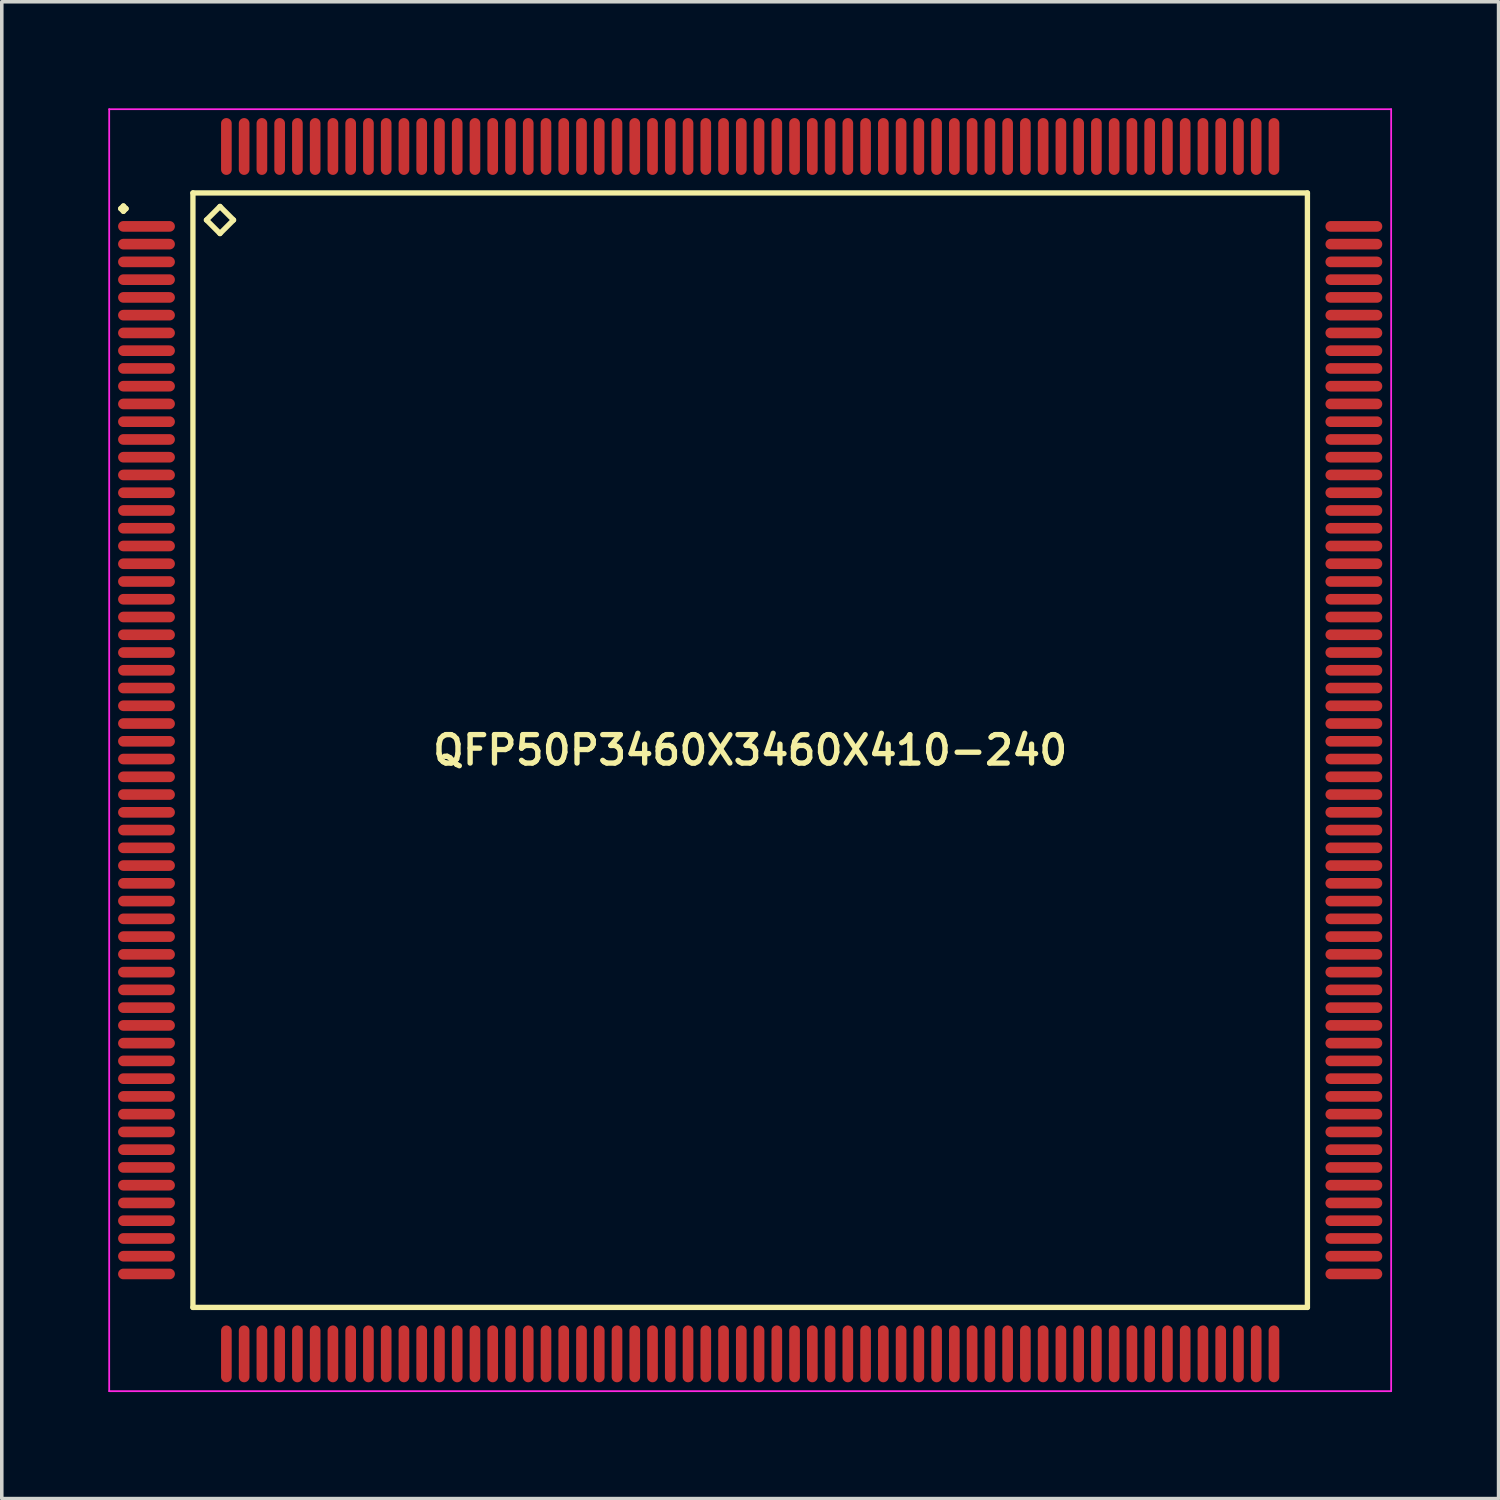
<source format=kicad_pcb>
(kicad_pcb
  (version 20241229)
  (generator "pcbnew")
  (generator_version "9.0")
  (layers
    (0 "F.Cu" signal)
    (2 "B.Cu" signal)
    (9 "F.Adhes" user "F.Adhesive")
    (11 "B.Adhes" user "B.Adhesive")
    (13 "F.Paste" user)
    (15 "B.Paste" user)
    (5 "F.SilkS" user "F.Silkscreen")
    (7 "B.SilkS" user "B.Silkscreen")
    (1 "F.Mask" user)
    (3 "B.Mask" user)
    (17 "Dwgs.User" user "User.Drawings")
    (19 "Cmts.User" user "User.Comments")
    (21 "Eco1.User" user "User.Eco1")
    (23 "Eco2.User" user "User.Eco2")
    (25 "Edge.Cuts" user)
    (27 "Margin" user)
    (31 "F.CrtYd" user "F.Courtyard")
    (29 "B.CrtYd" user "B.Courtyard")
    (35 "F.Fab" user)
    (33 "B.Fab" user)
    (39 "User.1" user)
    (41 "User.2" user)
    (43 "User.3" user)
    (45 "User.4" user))
  (footprint "QFP50P3460X3460X410-240"
    (layer "F.Cu")
    (at 18.075 18.075)
    (property "Reference" "QFP50P3460X3460X410-240" (at 0 0 0) (layer "F.SilkS") (effects (font (size 0.8 0.8) (thickness 0.15))))
    (attr smd)
    (fp_line (start -17.725 -15.25) (end -17.65 -15.325) (stroke (width 0.15) (type solid)) (layer "F.SilkS"))
    (fp_line (start -17.65 -15.325) (end -17.575 -15.25) (stroke (width 0.15) (type solid)) (layer "F.SilkS"))
    (fp_line (start -17.65 -15.175) (end -17.725 -15.25) (stroke (width 0.15) (type solid)) (layer "F.SilkS"))
    (fp_line (start -17.575 -15.25) (end -17.65 -15.175) (stroke (width 0.15) (type solid)) (layer "F.SilkS"))
    (fp_line (start -15.692 -15.692) (end -15.692 15.692) (stroke (width 0.15) (type solid)) (layer "F.SilkS"))
    (fp_line (start -15.692 15.692) (end 15.692 15.692) (stroke (width 0.15) (type solid)) (layer "F.SilkS"))
    (fp_line (start -15.311 -14.93) (end -14.93 -15.311) (stroke (width 0.15) (type solid)) (layer "F.SilkS"))
    (fp_line (start -14.93 -15.311) (end -14.549 -14.93) (stroke (width 0.15) (type solid)) (layer "F.SilkS"))
    (fp_line (start -14.93 -14.549) (end -15.311 -14.93) (stroke (width 0.15) (type solid)) (layer "F.SilkS"))
    (fp_line (start -14.549 -14.93) (end -14.93 -14.549) (stroke (width 0.15) (type solid)) (layer "F.SilkS"))
    (fp_line (start 15.692 -15.692) (end -15.692 -15.692) (stroke (width 0.15) (type solid)) (layer "F.SilkS"))
    (fp_line (start 15.692 15.692) (end 15.692 -15.692) (stroke (width 0.15) (type solid)) (layer "F.SilkS"))
    (fp_line (start -18.05 -18.05) (end 18.05 -18.05) (stroke (width 0.05) (type solid)) (layer "F.CrtYd"))
    (fp_line (start -18.05 18.05) (end -18.05 -18.05) (stroke (width 0.05) (type solid)) (layer "F.CrtYd"))
    (fp_line (start 18.05 -18.05) (end 18.05 18.05) (stroke (width 0.05) (type solid)) (layer "F.CrtYd"))
    (fp_line (start 18.05 18.05) (end -18.05 18.05) (stroke (width 0.05) (type solid)) (layer "F.CrtYd"))
    (pad "1" smd oval (at -17 -14.75) (size 1.6 0.3) (layers "F.Cu" "F.Mask" "F.Paste"))
    (pad "2" smd oval (at -17 -14.25) (size 1.6 0.3) (layers "F.Cu" "F.Mask" "F.Paste"))
    (pad "3" smd oval (at -17 -13.75) (size 1.6 0.3) (layers "F.Cu" "F.Mask" "F.Paste"))
    (pad "4" smd oval (at -17 -13.25) (size 1.6 0.3) (layers "F.Cu" "F.Mask" "F.Paste"))
    (pad "5" smd oval (at -17 -12.75) (size 1.6 0.3) (layers "F.Cu" "F.Mask" "F.Paste"))
    (pad "6" smd oval (at -17 -12.25) (size 1.6 0.3) (layers "F.Cu" "F.Mask" "F.Paste"))
    (pad "7" smd oval (at -17 -11.75) (size 1.6 0.3) (layers "F.Cu" "F.Mask" "F.Paste"))
    (pad "8" smd oval (at -17 -11.25) (size 1.6 0.3) (layers "F.Cu" "F.Mask" "F.Paste"))
    (pad "9" smd oval (at -17 -10.75) (size 1.6 0.3) (layers "F.Cu" "F.Mask" "F.Paste"))
    (pad "10" smd oval (at -17 -10.25) (size 1.6 0.3) (layers "F.Cu" "F.Mask" "F.Paste"))
    (pad "11" smd oval (at -17 -9.75) (size 1.6 0.3) (layers "F.Cu" "F.Mask" "F.Paste"))
    (pad "12" smd oval (at -17 -9.25) (size 1.6 0.3) (layers "F.Cu" "F.Mask" "F.Paste"))
    (pad "13" smd oval (at -17 -8.75) (size 1.6 0.3) (layers "F.Cu" "F.Mask" "F.Paste"))
    (pad "14" smd oval (at -17 -8.25) (size 1.6 0.3) (layers "F.Cu" "F.Mask" "F.Paste"))
    (pad "15" smd oval (at -17 -7.75) (size 1.6 0.3) (layers "F.Cu" "F.Mask" "F.Paste"))
    (pad "16" smd oval (at -17 -7.25) (size 1.6 0.3) (layers "F.Cu" "F.Mask" "F.Paste"))
    (pad "17" smd oval (at -17 -6.75) (size 1.6 0.3) (layers "F.Cu" "F.Mask" "F.Paste"))
    (pad "18" smd oval (at -17 -6.25) (size 1.6 0.3) (layers "F.Cu" "F.Mask" "F.Paste"))
    (pad "19" smd oval (at -17 -5.75) (size 1.6 0.3) (layers "F.Cu" "F.Mask" "F.Paste"))
    (pad "20" smd oval (at -17 -5.25) (size 1.6 0.3) (layers "F.Cu" "F.Mask" "F.Paste"))
    (pad "21" smd oval (at -17 -4.75) (size 1.6 0.3) (layers "F.Cu" "F.Mask" "F.Paste"))
    (pad "22" smd oval (at -17 -4.25) (size 1.6 0.3) (layers "F.Cu" "F.Mask" "F.Paste"))
    (pad "23" smd oval (at -17 -3.75) (size 1.6 0.3) (layers "F.Cu" "F.Mask" "F.Paste"))
    (pad "24" smd oval (at -17 -3.25) (size 1.6 0.3) (layers "F.Cu" "F.Mask" "F.Paste"))
    (pad "25" smd oval (at -17 -2.75) (size 1.6 0.3) (layers "F.Cu" "F.Mask" "F.Paste"))
    (pad "26" smd oval (at -17 -2.25) (size 1.6 0.3) (layers "F.Cu" "F.Mask" "F.Paste"))
    (pad "27" smd oval (at -17 -1.75) (size 1.6 0.3) (layers "F.Cu" "F.Mask" "F.Paste"))
    (pad "28" smd oval (at -17 -1.25) (size 1.6 0.3) (layers "F.Cu" "F.Mask" "F.Paste"))
    (pad "29" smd oval (at -17 -0.75) (size 1.6 0.3) (layers "F.Cu" "F.Mask" "F.Paste"))
    (pad "30" smd oval (at -17 -0.25) (size 1.6 0.3) (layers "F.Cu" "F.Mask" "F.Paste"))
    (pad "31" smd oval (at -17 0.25) (size 1.6 0.3) (layers "F.Cu" "F.Mask" "F.Paste"))
    (pad "32" smd oval (at -17 0.75) (size 1.6 0.3) (layers "F.Cu" "F.Mask" "F.Paste"))
    (pad "33" smd oval (at -17 1.25) (size 1.6 0.3) (layers "F.Cu" "F.Mask" "F.Paste"))
    (pad "34" smd oval (at -17 1.75) (size 1.6 0.3) (layers "F.Cu" "F.Mask" "F.Paste"))
    (pad "35" smd oval (at -17 2.25) (size 1.6 0.3) (layers "F.Cu" "F.Mask" "F.Paste"))
    (pad "36" smd oval (at -17 2.75) (size 1.6 0.3) (layers "F.Cu" "F.Mask" "F.Paste"))
    (pad "37" smd oval (at -17 3.25) (size 1.6 0.3) (layers "F.Cu" "F.Mask" "F.Paste"))
    (pad "38" smd oval (at -17 3.75) (size 1.6 0.3) (layers "F.Cu" "F.Mask" "F.Paste"))
    (pad "39" smd oval (at -17 4.25) (size 1.6 0.3) (layers "F.Cu" "F.Mask" "F.Paste"))
    (pad "40" smd oval (at -17 4.75) (size 1.6 0.3) (layers "F.Cu" "F.Mask" "F.Paste"))
    (pad "41" smd oval (at -17 5.25) (size 1.6 0.3) (layers "F.Cu" "F.Mask" "F.Paste"))
    (pad "42" smd oval (at -17 5.75) (size 1.6 0.3) (layers "F.Cu" "F.Mask" "F.Paste"))
    (pad "43" smd oval (at -17 6.25) (size 1.6 0.3) (layers "F.Cu" "F.Mask" "F.Paste"))
    (pad "44" smd oval (at -17 6.75) (size 1.6 0.3) (layers "F.Cu" "F.Mask" "F.Paste"))
    (pad "45" smd oval (at -17 7.25) (size 1.6 0.3) (layers "F.Cu" "F.Mask" "F.Paste"))
    (pad "46" smd oval (at -17 7.75) (size 1.6 0.3) (layers "F.Cu" "F.Mask" "F.Paste"))
    (pad "47" smd oval (at -17 8.25) (size 1.6 0.3) (layers "F.Cu" "F.Mask" "F.Paste"))
    (pad "48" smd oval (at -17 8.75) (size 1.6 0.3) (layers "F.Cu" "F.Mask" "F.Paste"))
    (pad "49" smd oval (at -17 9.25) (size 1.6 0.3) (layers "F.Cu" "F.Mask" "F.Paste"))
    (pad "50" smd oval (at -17 9.75) (size 1.6 0.3) (layers "F.Cu" "F.Mask" "F.Paste"))
    (pad "51" smd oval (at -17 10.25) (size 1.6 0.3) (layers "F.Cu" "F.Mask" "F.Paste"))
    (pad "52" smd oval (at -17 10.75) (size 1.6 0.3) (layers "F.Cu" "F.Mask" "F.Paste"))
    (pad "53" smd oval (at -17 11.25) (size 1.6 0.3) (layers "F.Cu" "F.Mask" "F.Paste"))
    (pad "54" smd oval (at -17 11.75) (size 1.6 0.3) (layers "F.Cu" "F.Mask" "F.Paste"))
    (pad "55" smd oval (at -17 12.25) (size 1.6 0.3) (layers "F.Cu" "F.Mask" "F.Paste"))
    (pad "56" smd oval (at -17 12.75) (size 1.6 0.3) (layers "F.Cu" "F.Mask" "F.Paste"))
    (pad "57" smd oval (at -17 13.25) (size 1.6 0.3) (layers "F.Cu" "F.Mask" "F.Paste"))
    (pad "58" smd oval (at -17 13.75) (size 1.6 0.3) (layers "F.Cu" "F.Mask" "F.Paste"))
    (pad "59" smd oval (at -17 14.25) (size 1.6 0.3) (layers "F.Cu" "F.Mask" "F.Paste"))
    (pad "60" smd oval (at -17 14.75) (size 1.6 0.3) (layers "F.Cu" "F.Mask" "F.Paste"))
    (pad "61" smd oval (at -14.75 17) (size 0.3 1.6) (layers "F.Cu" "F.Mask" "F.Paste"))
    (pad "62" smd oval (at -14.25 17) (size 0.3 1.6) (layers "F.Cu" "F.Mask" "F.Paste"))
    (pad "63" smd oval (at -13.75 17) (size 0.3 1.6) (layers "F.Cu" "F.Mask" "F.Paste"))
    (pad "64" smd oval (at -13.25 17) (size 0.3 1.6) (layers "F.Cu" "F.Mask" "F.Paste"))
    (pad "65" smd oval (at -12.75 17) (size 0.3 1.6) (layers "F.Cu" "F.Mask" "F.Paste"))
    (pad "66" smd oval (at -12.25 17) (size 0.3 1.6) (layers "F.Cu" "F.Mask" "F.Paste"))
    (pad "67" smd oval (at -11.75 17) (size 0.3 1.6) (layers "F.Cu" "F.Mask" "F.Paste"))
    (pad "68" smd oval (at -11.25 17) (size 0.3 1.6) (layers "F.Cu" "F.Mask" "F.Paste"))
    (pad "69" smd oval (at -10.75 17) (size 0.3 1.6) (layers "F.Cu" "F.Mask" "F.Paste"))
    (pad "70" smd oval (at -10.25 17) (size 0.3 1.6) (layers "F.Cu" "F.Mask" "F.Paste"))
    (pad "71" smd oval (at -9.75 17) (size 0.3 1.6) (layers "F.Cu" "F.Mask" "F.Paste"))
    (pad "72" smd oval (at -9.25 17) (size 0.3 1.6) (layers "F.Cu" "F.Mask" "F.Paste"))
    (pad "73" smd oval (at -8.75 17) (size 0.3 1.6) (layers "F.Cu" "F.Mask" "F.Paste"))
    (pad "74" smd oval (at -8.25 17) (size 0.3 1.6) (layers "F.Cu" "F.Mask" "F.Paste"))
    (pad "75" smd oval (at -7.75 17) (size 0.3 1.6) (layers "F.Cu" "F.Mask" "F.Paste"))
    (pad "76" smd oval (at -7.25 17) (size 0.3 1.6) (layers "F.Cu" "F.Mask" "F.Paste"))
    (pad "77" smd oval (at -6.75 17) (size 0.3 1.6) (layers "F.Cu" "F.Mask" "F.Paste"))
    (pad "78" smd oval (at -6.25 17) (size 0.3 1.6) (layers "F.Cu" "F.Mask" "F.Paste"))
    (pad "79" smd oval (at -5.75 17) (size 0.3 1.6) (layers "F.Cu" "F.Mask" "F.Paste"))
    (pad "80" smd oval (at -5.25 17) (size 0.3 1.6) (layers "F.Cu" "F.Mask" "F.Paste"))
    (pad "81" smd oval (at -4.75 17) (size 0.3 1.6) (layers "F.Cu" "F.Mask" "F.Paste"))
    (pad "82" smd oval (at -4.25 17) (size 0.3 1.6) (layers "F.Cu" "F.Mask" "F.Paste"))
    (pad "83" smd oval (at -3.75 17) (size 0.3 1.6) (layers "F.Cu" "F.Mask" "F.Paste"))
    (pad "84" smd oval (at -3.25 17) (size 0.3 1.6) (layers "F.Cu" "F.Mask" "F.Paste"))
    (pad "85" smd oval (at -2.75 17) (size 0.3 1.6) (layers "F.Cu" "F.Mask" "F.Paste"))
    (pad "86" smd oval (at -2.25 17) (size 0.3 1.6) (layers "F.Cu" "F.Mask" "F.Paste"))
    (pad "87" smd oval (at -1.75 17) (size 0.3 1.6) (layers "F.Cu" "F.Mask" "F.Paste"))
    (pad "88" smd oval (at -1.25 17) (size 0.3 1.6) (layers "F.Cu" "F.Mask" "F.Paste"))
    (pad "89" smd oval (at -0.75 17) (size 0.3 1.6) (layers "F.Cu" "F.Mask" "F.Paste"))
    (pad "90" smd oval (at -0.25 17) (size 0.3 1.6) (layers "F.Cu" "F.Mask" "F.Paste"))
    (pad "91" smd oval (at 0.25 17) (size 0.3 1.6) (layers "F.Cu" "F.Mask" "F.Paste"))
    (pad "92" smd oval (at 0.75 17) (size 0.3 1.6) (layers "F.Cu" "F.Mask" "F.Paste"))
    (pad "93" smd oval (at 1.25 17) (size 0.3 1.6) (layers "F.Cu" "F.Mask" "F.Paste"))
    (pad "94" smd oval (at 1.75 17) (size 0.3 1.6) (layers "F.Cu" "F.Mask" "F.Paste"))
    (pad "95" smd oval (at 2.25 17) (size 0.3 1.6) (layers "F.Cu" "F.Mask" "F.Paste"))
    (pad "96" smd oval (at 2.75 17) (size 0.3 1.6) (layers "F.Cu" "F.Mask" "F.Paste"))
    (pad "97" smd oval (at 3.25 17) (size 0.3 1.6) (layers "F.Cu" "F.Mask" "F.Paste"))
    (pad "98" smd oval (at 3.75 17) (size 0.3 1.6) (layers "F.Cu" "F.Mask" "F.Paste"))
    (pad "99" smd oval (at 4.25 17) (size 0.3 1.6) (layers "F.Cu" "F.Mask" "F.Paste"))
    (pad "100" smd oval (at 4.75 17) (size 0.3 1.6) (layers "F.Cu" "F.Mask" "F.Paste"))
    (pad "101" smd oval (at 5.25 17) (size 0.3 1.6) (layers "F.Cu" "F.Mask" "F.Paste"))
    (pad "102" smd oval (at 5.75 17) (size 0.3 1.6) (layers "F.Cu" "F.Mask" "F.Paste"))
    (pad "103" smd oval (at 6.25 17) (size 0.3 1.6) (layers "F.Cu" "F.Mask" "F.Paste"))
    (pad "104" smd oval (at 6.75 17) (size 0.3 1.6) (layers "F.Cu" "F.Mask" "F.Paste"))
    (pad "105" smd oval (at 7.25 17) (size 0.3 1.6) (layers "F.Cu" "F.Mask" "F.Paste"))
    (pad "106" smd oval (at 7.75 17) (size 0.3 1.6) (layers "F.Cu" "F.Mask" "F.Paste"))
    (pad "107" smd oval (at 8.25 17) (size 0.3 1.6) (layers "F.Cu" "F.Mask" "F.Paste"))
    (pad "108" smd oval (at 8.75 17) (size 0.3 1.6) (layers "F.Cu" "F.Mask" "F.Paste"))
    (pad "109" smd oval (at 9.25 17) (size 0.3 1.6) (layers "F.Cu" "F.Mask" "F.Paste"))
    (pad "110" smd oval (at 9.75 17) (size 0.3 1.6) (layers "F.Cu" "F.Mask" "F.Paste"))
    (pad "111" smd oval (at 10.25 17) (size 0.3 1.6) (layers "F.Cu" "F.Mask" "F.Paste"))
    (pad "112" smd oval (at 10.75 17) (size 0.3 1.6) (layers "F.Cu" "F.Mask" "F.Paste"))
    (pad "113" smd oval (at 11.25 17) (size 0.3 1.6) (layers "F.Cu" "F.Mask" "F.Paste"))
    (pad "114" smd oval (at 11.75 17) (size 0.3 1.6) (layers "F.Cu" "F.Mask" "F.Paste"))
    (pad "115" smd oval (at 12.25 17) (size 0.3 1.6) (layers "F.Cu" "F.Mask" "F.Paste"))
    (pad "116" smd oval (at 12.75 17) (size 0.3 1.6) (layers "F.Cu" "F.Mask" "F.Paste"))
    (pad "117" smd oval (at 13.25 17) (size 0.3 1.6) (layers "F.Cu" "F.Mask" "F.Paste"))
    (pad "118" smd oval (at 13.75 17) (size 0.3 1.6) (layers "F.Cu" "F.Mask" "F.Paste"))
    (pad "119" smd oval (at 14.25 17) (size 0.3 1.6) (layers "F.Cu" "F.Mask" "F.Paste"))
    (pad "120" smd oval (at 14.75 17) (size 0.3 1.6) (layers "F.Cu" "F.Mask" "F.Paste"))
    (pad "121" smd oval (at 17 14.75) (size 1.6 0.3) (layers "F.Cu" "F.Mask" "F.Paste"))
    (pad "122" smd oval (at 17 14.25) (size 1.6 0.3) (layers "F.Cu" "F.Mask" "F.Paste"))
    (pad "123" smd oval (at 17 13.75) (size 1.6 0.3) (layers "F.Cu" "F.Mask" "F.Paste"))
    (pad "124" smd oval (at 17 13.25) (size 1.6 0.3) (layers "F.Cu" "F.Mask" "F.Paste"))
    (pad "125" smd oval (at 17 12.75) (size 1.6 0.3) (layers "F.Cu" "F.Mask" "F.Paste"))
    (pad "126" smd oval (at 17 12.25) (size 1.6 0.3) (layers "F.Cu" "F.Mask" "F.Paste"))
    (pad "127" smd oval (at 17 11.75) (size 1.6 0.3) (layers "F.Cu" "F.Mask" "F.Paste"))
    (pad "128" smd oval (at 17 11.25) (size 1.6 0.3) (layers "F.Cu" "F.Mask" "F.Paste"))
    (pad "129" smd oval (at 17 10.75) (size 1.6 0.3) (layers "F.Cu" "F.Mask" "F.Paste"))
    (pad "130" smd oval (at 17 10.25) (size 1.6 0.3) (layers "F.Cu" "F.Mask" "F.Paste"))
    (pad "131" smd oval (at 17 9.75) (size 1.6 0.3) (layers "F.Cu" "F.Mask" "F.Paste"))
    (pad "132" smd oval (at 17 9.25) (size 1.6 0.3) (layers "F.Cu" "F.Mask" "F.Paste"))
    (pad "133" smd oval (at 17 8.75) (size 1.6 0.3) (layers "F.Cu" "F.Mask" "F.Paste"))
    (pad "134" smd oval (at 17 8.25) (size 1.6 0.3) (layers "F.Cu" "F.Mask" "F.Paste"))
    (pad "135" smd oval (at 17 7.75) (size 1.6 0.3) (layers "F.Cu" "F.Mask" "F.Paste"))
    (pad "136" smd oval (at 17 7.25) (size 1.6 0.3) (layers "F.Cu" "F.Mask" "F.Paste"))
    (pad "137" smd oval (at 17 6.75) (size 1.6 0.3) (layers "F.Cu" "F.Mask" "F.Paste"))
    (pad "138" smd oval (at 17 6.25) (size 1.6 0.3) (layers "F.Cu" "F.Mask" "F.Paste"))
    (pad "139" smd oval (at 17 5.75) (size 1.6 0.3) (layers "F.Cu" "F.Mask" "F.Paste"))
    (pad "140" smd oval (at 17 5.25) (size 1.6 0.3) (layers "F.Cu" "F.Mask" "F.Paste"))
    (pad "141" smd oval (at 17 4.75) (size 1.6 0.3) (layers "F.Cu" "F.Mask" "F.Paste"))
    (pad "142" smd oval (at 17 4.25) (size 1.6 0.3) (layers "F.Cu" "F.Mask" "F.Paste"))
    (pad "143" smd oval (at 17 3.75) (size 1.6 0.3) (layers "F.Cu" "F.Mask" "F.Paste"))
    (pad "144" smd oval (at 17 3.25) (size 1.6 0.3) (layers "F.Cu" "F.Mask" "F.Paste"))
    (pad "145" smd oval (at 17 2.75) (size 1.6 0.3) (layers "F.Cu" "F.Mask" "F.Paste"))
    (pad "146" smd oval (at 17 2.25) (size 1.6 0.3) (layers "F.Cu" "F.Mask" "F.Paste"))
    (pad "147" smd oval (at 17 1.75) (size 1.6 0.3) (layers "F.Cu" "F.Mask" "F.Paste"))
    (pad "148" smd oval (at 17 1.25) (size 1.6 0.3) (layers "F.Cu" "F.Mask" "F.Paste"))
    (pad "149" smd oval (at 17 0.75) (size 1.6 0.3) (layers "F.Cu" "F.Mask" "F.Paste"))
    (pad "150" smd oval (at 17 0.25) (size 1.6 0.3) (layers "F.Cu" "F.Mask" "F.Paste"))
    (pad "151" smd oval (at 17 -0.25) (size 1.6 0.3) (layers "F.Cu" "F.Mask" "F.Paste"))
    (pad "152" smd oval (at 17 -0.75) (size 1.6 0.3) (layers "F.Cu" "F.Mask" "F.Paste"))
    (pad "153" smd oval (at 17 -1.25) (size 1.6 0.3) (layers "F.Cu" "F.Mask" "F.Paste"))
    (pad "154" smd oval (at 17 -1.75) (size 1.6 0.3) (layers "F.Cu" "F.Mask" "F.Paste"))
    (pad "155" smd oval (at 17 -2.25) (size 1.6 0.3) (layers "F.Cu" "F.Mask" "F.Paste"))
    (pad "156" smd oval (at 17 -2.75) (size 1.6 0.3) (layers "F.Cu" "F.Mask" "F.Paste"))
    (pad "157" smd oval (at 17 -3.25) (size 1.6 0.3) (layers "F.Cu" "F.Mask" "F.Paste"))
    (pad "158" smd oval (at 17 -3.75) (size 1.6 0.3) (layers "F.Cu" "F.Mask" "F.Paste"))
    (pad "159" smd oval (at 17 -4.25) (size 1.6 0.3) (layers "F.Cu" "F.Mask" "F.Paste"))
    (pad "160" smd oval (at 17 -4.75) (size 1.6 0.3) (layers "F.Cu" "F.Mask" "F.Paste"))
    (pad "161" smd oval (at 17 -5.25) (size 1.6 0.3) (layers "F.Cu" "F.Mask" "F.Paste"))
    (pad "162" smd oval (at 17 -5.75) (size 1.6 0.3) (layers "F.Cu" "F.Mask" "F.Paste"))
    (pad "163" smd oval (at 17 -6.25) (size 1.6 0.3) (layers "F.Cu" "F.Mask" "F.Paste"))
    (pad "164" smd oval (at 17 -6.75) (size 1.6 0.3) (layers "F.Cu" "F.Mask" "F.Paste"))
    (pad "165" smd oval (at 17 -7.25) (size 1.6 0.3) (layers "F.Cu" "F.Mask" "F.Paste"))
    (pad "166" smd oval (at 17 -7.75) (size 1.6 0.3) (layers "F.Cu" "F.Mask" "F.Paste"))
    (pad "167" smd oval (at 17 -8.25) (size 1.6 0.3) (layers "F.Cu" "F.Mask" "F.Paste"))
    (pad "168" smd oval (at 17 -8.75) (size 1.6 0.3) (layers "F.Cu" "F.Mask" "F.Paste"))
    (pad "169" smd oval (at 17 -9.25) (size 1.6 0.3) (layers "F.Cu" "F.Mask" "F.Paste"))
    (pad "170" smd oval (at 17 -9.75) (size 1.6 0.3) (layers "F.Cu" "F.Mask" "F.Paste"))
    (pad "171" smd oval (at 17 -10.25) (size 1.6 0.3) (layers "F.Cu" "F.Mask" "F.Paste"))
    (pad "172" smd oval (at 17 -10.75) (size 1.6 0.3) (layers "F.Cu" "F.Mask" "F.Paste"))
    (pad "173" smd oval (at 17 -11.25) (size 1.6 0.3) (layers "F.Cu" "F.Mask" "F.Paste"))
    (pad "174" smd oval (at 17 -11.75) (size 1.6 0.3) (layers "F.Cu" "F.Mask" "F.Paste"))
    (pad "175" smd oval (at 17 -12.25) (size 1.6 0.3) (layers "F.Cu" "F.Mask" "F.Paste"))
    (pad "176" smd oval (at 17 -12.75) (size 1.6 0.3) (layers "F.Cu" "F.Mask" "F.Paste"))
    (pad "177" smd oval (at 17 -13.25) (size 1.6 0.3) (layers "F.Cu" "F.Mask" "F.Paste"))
    (pad "178" smd oval (at 17 -13.75) (size 1.6 0.3) (layers "F.Cu" "F.Mask" "F.Paste"))
    (pad "179" smd oval (at 17 -14.25) (size 1.6 0.3) (layers "F.Cu" "F.Mask" "F.Paste"))
    (pad "180" smd oval (at 17 -14.75) (size 1.6 0.3) (layers "F.Cu" "F.Mask" "F.Paste"))
    (pad "181" smd oval (at 14.75 -17) (size 0.3 1.6) (layers "F.Cu" "F.Mask" "F.Paste"))
    (pad "182" smd oval (at 14.25 -17) (size 0.3 1.6) (layers "F.Cu" "F.Mask" "F.Paste"))
    (pad "183" smd oval (at 13.75 -17) (size 0.3 1.6) (layers "F.Cu" "F.Mask" "F.Paste"))
    (pad "184" smd oval (at 13.25 -17) (size 0.3 1.6) (layers "F.Cu" "F.Mask" "F.Paste"))
    (pad "185" smd oval (at 12.75 -17) (size 0.3 1.6) (layers "F.Cu" "F.Mask" "F.Paste"))
    (pad "186" smd oval (at 12.25 -17) (size 0.3 1.6) (layers "F.Cu" "F.Mask" "F.Paste"))
    (pad "187" smd oval (at 11.75 -17) (size 0.3 1.6) (layers "F.Cu" "F.Mask" "F.Paste"))
    (pad "188" smd oval (at 11.25 -17) (size 0.3 1.6) (layers "F.Cu" "F.Mask" "F.Paste"))
    (pad "189" smd oval (at 10.75 -17) (size 0.3 1.6) (layers "F.Cu" "F.Mask" "F.Paste"))
    (pad "190" smd oval (at 10.25 -17) (size 0.3 1.6) (layers "F.Cu" "F.Mask" "F.Paste"))
    (pad "191" smd oval (at 9.75 -17) (size 0.3 1.6) (layers "F.Cu" "F.Mask" "F.Paste"))
    (pad "192" smd oval (at 9.25 -17) (size 0.3 1.6) (layers "F.Cu" "F.Mask" "F.Paste"))
    (pad "193" smd oval (at 8.75 -17) (size 0.3 1.6) (layers "F.Cu" "F.Mask" "F.Paste"))
    (pad "194" smd oval (at 8.25 -17) (size 0.3 1.6) (layers "F.Cu" "F.Mask" "F.Paste"))
    (pad "195" smd oval (at 7.75 -17) (size 0.3 1.6) (layers "F.Cu" "F.Mask" "F.Paste"))
    (pad "196" smd oval (at 7.25 -17) (size 0.3 1.6) (layers "F.Cu" "F.Mask" "F.Paste"))
    (pad "197" smd oval (at 6.75 -17) (size 0.3 1.6) (layers "F.Cu" "F.Mask" "F.Paste"))
    (pad "198" smd oval (at 6.25 -17) (size 0.3 1.6) (layers "F.Cu" "F.Mask" "F.Paste"))
    (pad "199" smd oval (at 5.75 -17) (size 0.3 1.6) (layers "F.Cu" "F.Mask" "F.Paste"))
    (pad "200" smd oval (at 5.25 -17) (size 0.3 1.6) (layers "F.Cu" "F.Mask" "F.Paste"))
    (pad "201" smd oval (at 4.75 -17) (size 0.3 1.6) (layers "F.Cu" "F.Mask" "F.Paste"))
    (pad "202" smd oval (at 4.25 -17) (size 0.3 1.6) (layers "F.Cu" "F.Mask" "F.Paste"))
    (pad "203" smd oval (at 3.75 -17) (size 0.3 1.6) (layers "F.Cu" "F.Mask" "F.Paste"))
    (pad "204" smd oval (at 3.25 -17) (size 0.3 1.6) (layers "F.Cu" "F.Mask" "F.Paste"))
    (pad "205" smd oval (at 2.75 -17) (size 0.3 1.6) (layers "F.Cu" "F.Mask" "F.Paste"))
    (pad "206" smd oval (at 2.25 -17) (size 0.3 1.6) (layers "F.Cu" "F.Mask" "F.Paste"))
    (pad "207" smd oval (at 1.75 -17) (size 0.3 1.6) (layers "F.Cu" "F.Mask" "F.Paste"))
    (pad "208" smd oval (at 1.25 -17) (size 0.3 1.6) (layers "F.Cu" "F.Mask" "F.Paste"))
    (pad "209" smd oval (at 0.75 -17) (size 0.3 1.6) (layers "F.Cu" "F.Mask" "F.Paste"))
    (pad "210" smd oval (at 0.25 -17) (size 0.3 1.6) (layers "F.Cu" "F.Mask" "F.Paste"))
    (pad "211" smd oval (at -0.25 -17) (size 0.3 1.6) (layers "F.Cu" "F.Mask" "F.Paste"))
    (pad "212" smd oval (at -0.75 -17) (size 0.3 1.6) (layers "F.Cu" "F.Mask" "F.Paste"))
    (pad "213" smd oval (at -1.25 -17) (size 0.3 1.6) (layers "F.Cu" "F.Mask" "F.Paste"))
    (pad "214" smd oval (at -1.75 -17) (size 0.3 1.6) (layers "F.Cu" "F.Mask" "F.Paste"))
    (pad "215" smd oval (at -2.25 -17) (size 0.3 1.6) (layers "F.Cu" "F.Mask" "F.Paste"))
    (pad "216" smd oval (at -2.75 -17) (size 0.3 1.6) (layers "F.Cu" "F.Mask" "F.Paste"))
    (pad "217" smd oval (at -3.25 -17) (size 0.3 1.6) (layers "F.Cu" "F.Mask" "F.Paste"))
    (pad "218" smd oval (at -3.75 -17) (size 0.3 1.6) (layers "F.Cu" "F.Mask" "F.Paste"))
    (pad "219" smd oval (at -4.25 -17) (size 0.3 1.6) (layers "F.Cu" "F.Mask" "F.Paste"))
    (pad "220" smd oval (at -4.75 -17) (size 0.3 1.6) (layers "F.Cu" "F.Mask" "F.Paste"))
    (pad "221" smd oval (at -5.25 -17) (size 0.3 1.6) (layers "F.Cu" "F.Mask" "F.Paste"))
    (pad "222" smd oval (at -5.75 -17) (size 0.3 1.6) (layers "F.Cu" "F.Mask" "F.Paste"))
    (pad "223" smd oval (at -6.25 -17) (size 0.3 1.6) (layers "F.Cu" "F.Mask" "F.Paste"))
    (pad "224" smd oval (at -6.75 -17) (size 0.3 1.6) (layers "F.Cu" "F.Mask" "F.Paste"))
    (pad "225" smd oval (at -7.25 -17) (size 0.3 1.6) (layers "F.Cu" "F.Mask" "F.Paste"))
    (pad "226" smd oval (at -7.75 -17) (size 0.3 1.6) (layers "F.Cu" "F.Mask" "F.Paste"))
    (pad "227" smd oval (at -8.25 -17) (size 0.3 1.6) (layers "F.Cu" "F.Mask" "F.Paste"))
    (pad "228" smd oval (at -8.75 -17) (size 0.3 1.6) (layers "F.Cu" "F.Mask" "F.Paste"))
    (pad "229" smd oval (at -9.25 -17) (size 0.3 1.6) (layers "F.Cu" "F.Mask" "F.Paste"))
    (pad "230" smd oval (at -9.75 -17) (size 0.3 1.6) (layers "F.Cu" "F.Mask" "F.Paste"))
    (pad "231" smd oval (at -10.25 -17) (size 0.3 1.6) (layers "F.Cu" "F.Mask" "F.Paste"))
    (pad "232" smd oval (at -10.75 -17) (size 0.3 1.6) (layers "F.Cu" "F.Mask" "F.Paste"))
    (pad "233" smd oval (at -11.25 -17) (size 0.3 1.6) (layers "F.Cu" "F.Mask" "F.Paste"))
    (pad "234" smd oval (at -11.75 -17) (size 0.3 1.6) (layers "F.Cu" "F.Mask" "F.Paste"))
    (pad "235" smd oval (at -12.25 -17) (size 0.3 1.6) (layers "F.Cu" "F.Mask" "F.Paste"))
    (pad "236" smd oval (at -12.75 -17) (size 0.3 1.6) (layers "F.Cu" "F.Mask" "F.Paste"))
    (pad "237" smd oval (at -13.25 -17) (size 0.3 1.6) (layers "F.Cu" "F.Mask" "F.Paste"))
    (pad "238" smd oval (at -13.75 -17) (size 0.3 1.6) (layers "F.Cu" "F.Mask" "F.Paste"))
    (pad "239" smd oval (at -14.25 -17) (size 0.3 1.6) (layers "F.Cu" "F.Mask" "F.Paste"))
    (pad "240" smd oval (at -14.75 -17) (size 0.3 1.6) (layers "F.Cu" "F.Mask" "F.Paste")))
  (gr_rect
    (start -3 -3)
    (end 39.15 39.15)
    (stroke (width 0.1) (type default))
    (fill no)
    (layer "Edge.Cuts")))
</source>
